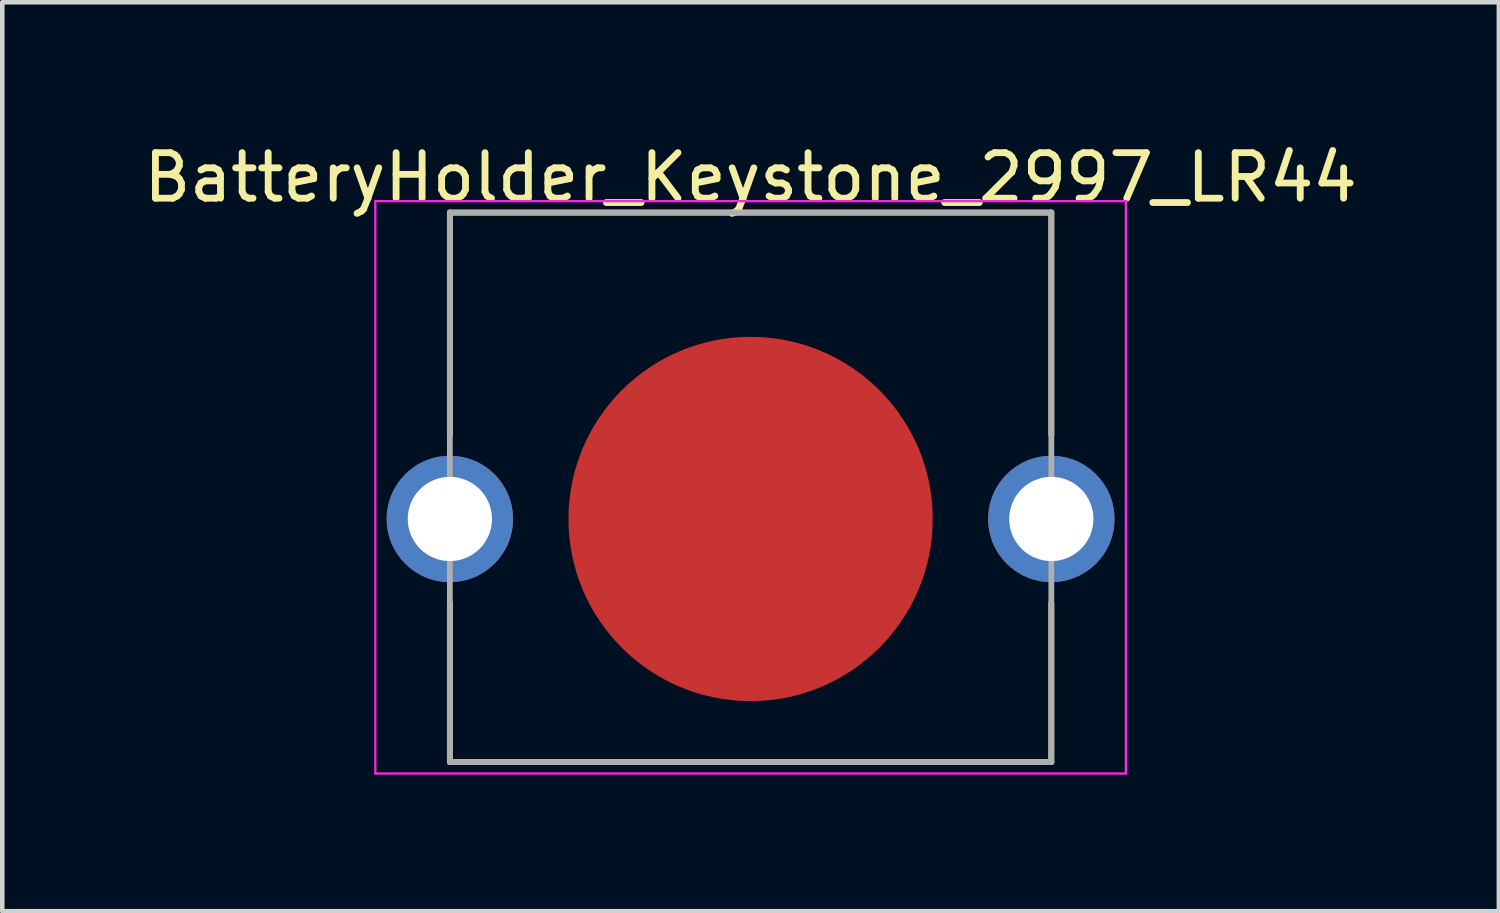
<source format=kicad_pcb>
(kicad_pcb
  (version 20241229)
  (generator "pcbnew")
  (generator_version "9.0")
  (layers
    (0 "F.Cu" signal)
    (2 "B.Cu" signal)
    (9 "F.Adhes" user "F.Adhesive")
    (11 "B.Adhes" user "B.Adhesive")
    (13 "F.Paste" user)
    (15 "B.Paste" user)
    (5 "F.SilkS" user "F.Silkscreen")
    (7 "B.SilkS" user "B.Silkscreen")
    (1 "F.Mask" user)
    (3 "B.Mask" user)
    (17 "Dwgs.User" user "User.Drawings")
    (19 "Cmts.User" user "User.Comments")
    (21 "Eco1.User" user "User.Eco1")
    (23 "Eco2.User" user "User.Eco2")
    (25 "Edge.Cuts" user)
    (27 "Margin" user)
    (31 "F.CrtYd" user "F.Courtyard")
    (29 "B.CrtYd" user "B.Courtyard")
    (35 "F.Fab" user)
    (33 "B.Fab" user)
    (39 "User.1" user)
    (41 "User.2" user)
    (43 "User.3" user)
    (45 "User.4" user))
  (footprint "BatteryHolder_Keystone_2997_LR44"
    (layer "F.Cu")
    (at 13.435 8.348)
    (property "Reference" "BatteryHolder_Keystone_2997_LR44" (at 0 -7.5 0) (layer "F.SilkS") (effects (font (size 1 1) (thickness 0.15))))
    (attr through_hole)
    (fp_line (start -6.605 -6.73) (end 6.605 -6.73) (stroke (width 0.127) (type solid)) (layer "F.SilkS"))
    (fp_line (start -6.605 -1.843) (end -6.605 -6.73) (stroke (width 0.127) (type solid)) (layer "F.SilkS"))
    (fp_line (start -6.605 5.34) (end -6.605 1.843) (stroke (width 0.127) (type solid)) (layer "F.SilkS"))
    (fp_line (start 6.605 -6.73) (end 6.605 -1.843) (stroke (width 0.127) (type solid)) (layer "F.SilkS"))
    (fp_line (start 6.605 5.34) (end -6.605 5.34) (stroke (width 0.127) (type solid)) (layer "F.SilkS"))
    (fp_line (start 6.605 5.34) (end 6.605 1.843) (stroke (width 0.127) (type solid)) (layer "F.SilkS"))
    (fp_line (start -8.242 -6.98) (end -8.242 5.59) (stroke (width 0.05) (type solid)) (layer "F.CrtYd"))
    (fp_line (start -8.242 5.59) (end 8.242 5.59) (stroke (width 0.05) (type solid)) (layer "F.CrtYd"))
    (fp_line (start 8.242 -6.98) (end -8.242 -6.98) (stroke (width 0.05) (type solid)) (layer "F.CrtYd"))
    (fp_line (start 8.242 5.59) (end 8.242 -6.98) (stroke (width 0.05) (type solid)) (layer "F.CrtYd"))
    (fp_line (start -6.605 -6.73) (end 6.605 -6.73) (stroke (width 0.127) (type solid)) (layer "F.Fab"))
    (fp_line (start -6.605 5.34) (end -6.605 -6.73) (stroke (width 0.127) (type solid)) (layer "F.Fab"))
    (fp_line (start 6.605 -6.73) (end 6.605 5.34) (stroke (width 0.127) (type solid)) (layer "F.Fab"))
    (fp_line (start 6.605 5.34) (end -6.605 5.34) (stroke (width 0.127) (type solid)) (layer "F.Fab"))
    (pad "1" thru_hole circle (at -6.605 0) (size 2.775 2.775) (drill 1.85) (layers "*.Cu" "*.Mask"))
    (pad "1" thru_hole circle (at 6.605 0) (size 2.775 2.775) (drill 1.85) (layers "*.Cu" "*.Mask"))
    (pad "2" smd circle (at 0 0) (size 8 8) (layers "F.Cu" "F.Mask")))
  (gr_rect
    (start -3 -3)
    (end 29.869 16.963)
    (stroke (width 0.1) (type default))
    (fill no)
    (layer "Edge.Cuts")))
</source>
